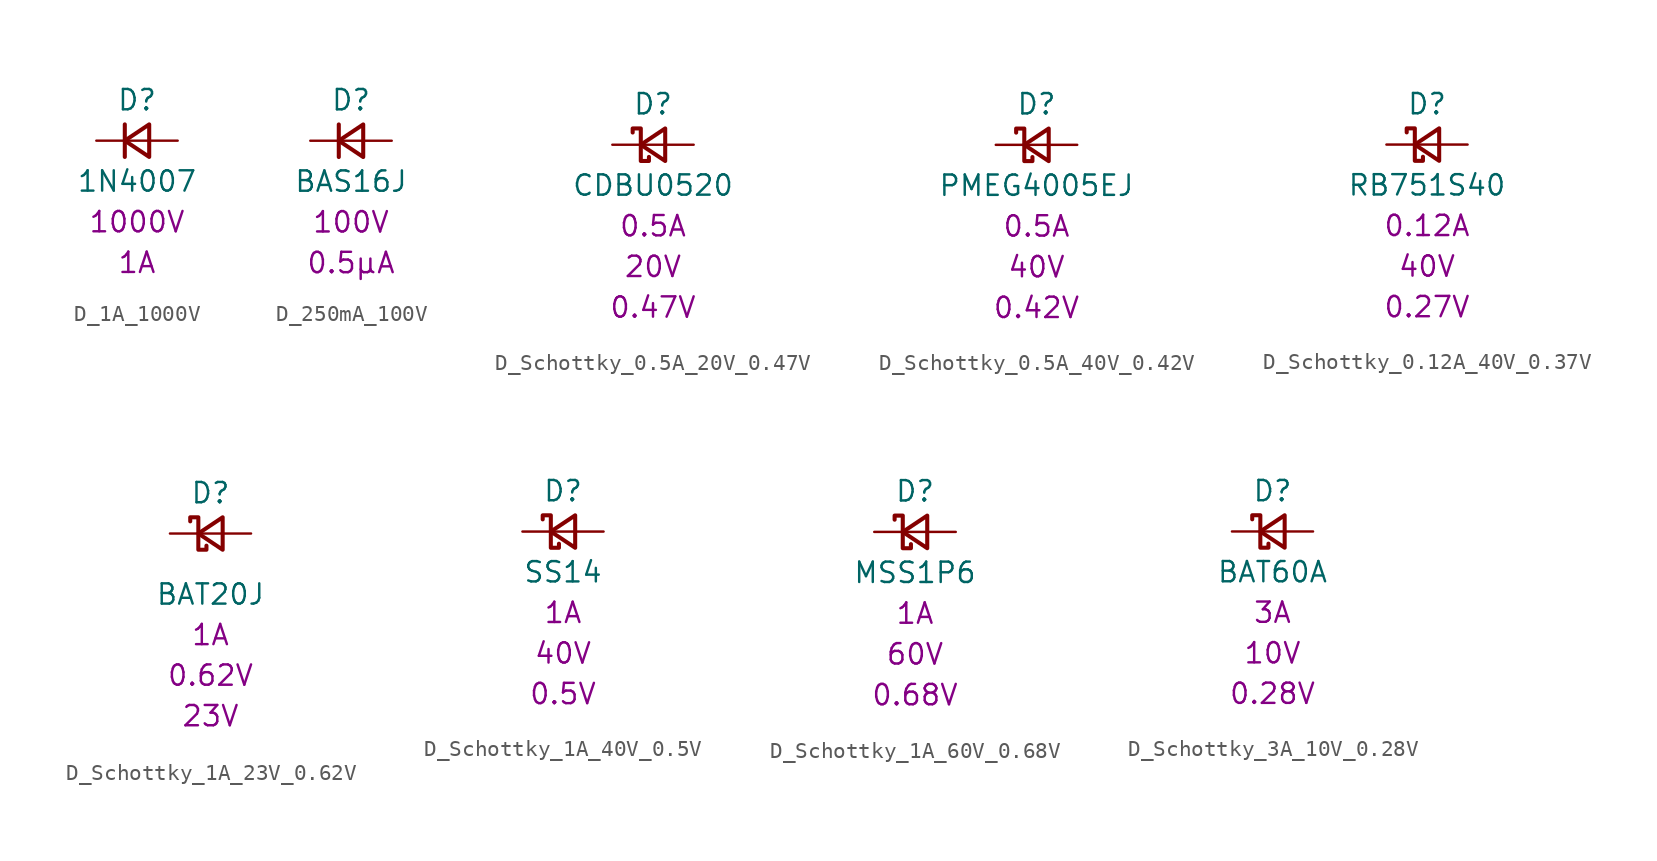
<source format=kicad_sym>
(kicad_symbol_lib
  (version 20231120)
  (generator "kicad_symbol_editor")
  (generator_version "8.0")
  (symbol "D_1A_1000V"
    (pin_numbers hide)
    (pin_names
      (offset 1.016) hide)
    (property "Reference" "D"
      (at 0 2.54 0)
      (effects (font (size 1.27 1.27))))
    (property "Value" "1N4007"
      (at 0 -2.54 0)
      (effects (font (size 1.27 1.27))))
    (property "VMax" "1000V"
      (at 0 -5.08 0)
      (effects (font (size 1.27 1.27))))
    (property "IMax" "1A"
      (at 0 -7.62 0)
      (effects (font (size 1.27 1.27))))
    (symbol "D_1A_1000V_0_1"
      (polyline (pts (xy -0.762 -1.016) (xy -0.762 1.016)) (stroke (width 0.254) (type default)) (fill (type none)))
      (polyline (pts (xy -0.762 0) (xy 0.762 0)) (stroke (width 0) (type default)) (fill (type none)))
      (polyline (pts (xy 0.762 -1.016) (xy -0.762 0) (xy 0.762 1.016) (xy 0.762 -1.016)) (stroke (width 0.254) (type default)) (fill (type none))))
    (symbol "D_1A_1000V_1_1"
      (pin passive line (at -2.54 0 0) (length 1.778) (name "K" (effects (font (size 1.27 1.27)))) (number "1" (effects (font (size 1.27 1.27)))))
      (pin passive line (at 2.54 0 180) (length 1.778) (name "A" (effects (font (size 1.27 1.27)))) (number "2" (effects (font (size 1.27 1.27)))))))
  (symbol "D_250mA_100V"
    (pin_numbers hide)
    (pin_names
      (offset 1.016) hide)
    (property "Reference" "D"
      (at 0 2.54 0)
      (effects (font (size 1.27 1.27))))
    (property "Value" "BAS16J"
      (at 0 -2.54 0)
      (effects (font (size 1.27 1.27))))
    (property "VMax" "100V"
      (at 0 -5.08 0)
      (effects (font (size 1.27 1.27))))
    (property "IRev" "0.5μA"
      (at 0 -7.62 0)
      (effects (font (size 1.27 1.27))))
    (symbol "D_250mA_100V_0_1"
      (polyline (pts (xy -0.762 -1.016) (xy -0.762 1.016)) (stroke (width 0.254) (type default)) (fill (type none)))
      (polyline (pts (xy -0.762 0) (xy 0.762 0)) (stroke (width 0) (type default)) (fill (type none)))
      (polyline (pts (xy 0.762 -1.016) (xy -0.762 0) (xy 0.762 1.016) (xy 0.762 -1.016)) (stroke (width 0.254) (type default)) (fill (type none))))
    (symbol "D_250mA_100V_1_1"
      (pin passive line (at -2.54 0 0) (length 1.778) (name "K" (effects (font (size 1.27 1.27)))) (number "1" (effects (font (size 1.27 1.27)))))
      (pin passive line (at 2.54 0 180) (length 1.778) (name "A" (effects (font (size 1.27 1.27)))) (number "2" (effects (font (size 1.27 1.27)))))))
  (symbol "D_Schottky_0.5A_20V_0.47V"
    (pin_numbers hide)
    (pin_names
      (offset 1.016) hide)
    (property "Reference" "D"
      (at 0 2.54 0)
      (effects (font (size 1.27 1.27))))
    (property "Value" "CDBU0520"
      (at 0 -2.54 0)
      (effects (font (size 1.27 1.27))))
    (property "IMax" "0.5A"
      (at 0 -5.08 0)
      (effects (font (size 1.27 1.27))))
    (property "VDrop" "0.47V"
      (at 0 -10.16 0)
      (effects (font (size 1.27 1.27))))
    (property "VMax" "20V"
      (at 0 -7.62 0)
      (effects (font (size 1.27 1.27))))
    (symbol "D_Schottky_0.5A_20V_0.47V_0_1"
      (polyline (pts (xy -0.762 0) (xy 0.762 0)) (stroke (width 0) (type default)) (fill (type none)))
      (polyline (pts (xy 0.762 -1.016) (xy -0.762 0) (xy 0.762 1.016) (xy 0.762 -1.016)) (stroke (width 0.254) (type default)) (fill (type none)))
      (polyline (pts (xy -1.27 0.762) (xy -1.27 1.016) (xy -0.762 1.016) (xy -0.762 -1.016) (xy -0.254 -1.016) (xy -0.254 -0.762)) (stroke (width 0.254) (type default)) (fill (type none))))
    (symbol "D_Schottky_0.5A_20V_0.47V_1_1"
      (pin passive line (at -2.54 0 0) (length 1.778) (name "K" (effects (font (size 1.27 1.27)))) (number "1" (effects (font (size 1.27 1.27)))))
      (pin passive line (at 2.54 0 180) (length 1.778) (name "A" (effects (font (size 1.27 1.27)))) (number "2" (effects (font (size 1.27 1.27)))))))
  (symbol "D_Schottky_0.5A_40V_0.42V"
    (pin_numbers hide)
    (pin_names
      (offset 1.016) hide)
    (property "Reference" "D"
      (at 0 2.54 0)
      (effects (font (size 1.27 1.27))))
    (property "Value" "PMEG4005EJ"
      (at 0 -2.54 0)
      (effects (font (size 1.27 1.27))))
    (property "IMax" "0.5A"
      (at 0 -5.08 0)
      (effects (font (size 1.27 1.27))))
    (property "VDrop" "0.42V"
      (at 0 -10.16 0)
      (effects (font (size 1.27 1.27))))
    (property "VMax" "40V"
      (at 0 -7.62 0)
      (effects (font (size 1.27 1.27))))
    (symbol "D_Schottky_0.5A_40V_0.42V_0_1"
      (polyline (pts (xy -0.762 0) (xy 0.762 0)) (stroke (width 0) (type default)) (fill (type none)))
      (polyline (pts (xy 0.762 -1.016) (xy -0.762 0) (xy 0.762 1.016) (xy 0.762 -1.016)) (stroke (width 0.254) (type default)) (fill (type none)))
      (polyline (pts (xy -1.27 0.762) (xy -1.27 1.016) (xy -0.762 1.016) (xy -0.762 -1.016) (xy -0.254 -1.016) (xy -0.254 -0.762)) (stroke (width 0.254) (type default)) (fill (type none))))
    (symbol "D_Schottky_0.5A_40V_0.42V_1_1"
      (pin passive line (at -2.54 0 0) (length 1.778) (name "K" (effects (font (size 1.27 1.27)))) (number "1" (effects (font (size 1.27 1.27)))))
      (pin passive line (at 2.54 0 180) (length 1.778) (name "A" (effects (font (size 1.27 1.27)))) (number "2" (effects (font (size 1.27 1.27)))))))
  (symbol "D_Schottky_0.12A_40V_0.37V"
    (pin_numbers hide)
    (pin_names
      (offset 1.016) hide)
    (property "Reference" "D"
      (at 0 2.54 0)
      (effects (font (size 1.27 1.27))))
    (property "Value" "RB751S40"
      (at 0 -2.54 0)
      (effects (font (size 1.27 1.27))))
    (property "IMax" "0.12A"
      (at 0 -5.08 0)
      (effects (font (size 1.27 1.27))))
    (property "VDrop" "0.27V"
      (at 0 -10.16 0)
      (effects (font (size 1.27 1.27))))
    (property "VMax" "40V"
      (at 0 -7.62 0)
      (effects (font (size 1.27 1.27))))
    (symbol "D_Schottky_0.12A_40V_0.37V_0_1"
      (polyline (pts (xy -0.762 0) (xy 0.762 0)) (stroke (width 0) (type default)) (fill (type none)))
      (polyline (pts (xy 0.762 -1.016) (xy -0.762 0) (xy 0.762 1.016) (xy 0.762 -1.016)) (stroke (width 0.254) (type default)) (fill (type none)))
      (polyline (pts (xy -1.27 0.762) (xy -1.27 1.016) (xy -0.762 1.016) (xy -0.762 -1.016) (xy -0.254 -1.016) (xy -0.254 -0.762)) (stroke (width 0.254) (type default)) (fill (type none))))
    (symbol "D_Schottky_0.12A_40V_0.37V_1_1"
      (pin passive line (at -2.54 0 0) (length 1.778) (name "K" (effects (font (size 1.27 1.27)))) (number "1" (effects (font (size 1.27 1.27)))))
      (pin passive line (at 2.54 0 180) (length 1.778) (name "A" (effects (font (size 1.27 1.27)))) (number "2" (effects (font (size 1.27 1.27)))))))
  (symbol "D_Schottky_1A_23V_0.62V"
    (pin_numbers hide)
    (pin_names
      (offset 1.016) hide)
    (property "Reference" "D"
      (at 0 2.54 0)
      (effects (font (size 1.27 1.27))))
    (property "Value" "BAT20J"
      (at 0 -3.81 0)
      (effects (font (size 1.27 1.27))))
    (property "IMax" "1A"
      (at 0 -6.35 0)
      (effects (font (size 1.27 1.27))))
    (property "VForward" "0.62V"
      (at 0 -8.89 0)
      (effects (font (size 1.27 1.27))))
    (property "VReverse" "23V"
      (at 0 -11.43 0)
      (effects (font (size 1.27 1.27))))
    (symbol "D_Schottky_1A_23V_0.62V_0_1"
      (polyline (pts (xy -0.762 0) (xy 0.762 0)) (stroke (width 0) (type default)) (fill (type none)))
      (polyline (pts (xy 0.762 -1.016) (xy -0.762 0) (xy 0.762 1.016) (xy 0.762 -1.016)) (stroke (width 0.254) (type default)) (fill (type none)))
      (polyline (pts (xy -1.27 0.762) (xy -1.27 1.016) (xy -0.762 1.016) (xy -0.762 -1.016) (xy -0.254 -1.016) (xy -0.254 -0.762)) (stroke (width 0.254) (type default)) (fill (type none))))
    (symbol "D_Schottky_1A_23V_0.62V_1_1"
      (pin passive line (at -2.54 0 0) (length 1.778) (name "K" (effects (font (size 1.27 1.27)))) (number "1" (effects (font (size 1.27 1.27)))))
      (pin passive line (at 2.54 0 180) (length 1.778) (name "A" (effects (font (size 1.27 1.27)))) (number "2" (effects (font (size 1.27 1.27)))))))
  (symbol "D_Schottky_1A_40V_0.5V"
    (pin_numbers hide)
    (pin_names
      (offset 1.016) hide)
    (property "Reference" "D"
      (at 0 2.54 0)
      (effects (font (size 1.27 1.27))))
    (property "Value" "SS14"
      (at 0 -2.54 0)
      (effects (font (size 1.27 1.27))))
    (property "IMax" "1A"
      (at 0 -5.08 0)
      (effects (font (size 1.27 1.27))))
    (property "VDrop" "0.5V"
      (at 0 -10.16 0)
      (effects (font (size 1.27 1.27))))
    (property "VMax" "40V"
      (at 0 -7.62 0)
      (effects (font (size 1.27 1.27))))
    (symbol "D_Schottky_1A_40V_0.5V_0_1"
      (polyline (pts (xy -0.762 0) (xy 0.762 0)) (stroke (width 0) (type default)) (fill (type none)))
      (polyline (pts (xy 0.762 -1.016) (xy -0.762 0) (xy 0.762 1.016) (xy 0.762 -1.016)) (stroke (width 0.254) (type default)) (fill (type none)))
      (polyline (pts (xy -1.27 0.762) (xy -1.27 1.016) (xy -0.762 1.016) (xy -0.762 -1.016) (xy -0.254 -1.016) (xy -0.254 -0.762)) (stroke (width 0.254) (type default)) (fill (type none))))
    (symbol "D_Schottky_1A_40V_0.5V_1_1"
      (pin passive line (at -2.54 0 0) (length 1.778) (name "K" (effects (font (size 1.27 1.27)))) (number "1" (effects (font (size 1.27 1.27)))))
      (pin passive line (at 2.54 0 180) (length 1.778) (name "A" (effects (font (size 1.27 1.27)))) (number "2" (effects (font (size 1.27 1.27)))))))
  (symbol "D_Schottky_1A_60V_0.68V"
    (pin_numbers hide)
    (pin_names
      (offset 1.016) hide)
    (property "Reference" "D"
      (at 0 2.54 0)
      (effects (font (size 1.27 1.27))))
    (property "Value" "MSS1P6"
      (at 0 -2.54 0)
      (effects (font (size 1.27 1.27))))
    (property "IMax" "1A"
      (at 0 -5.08 0)
      (effects (font (size 1.27 1.27))))
    (property "VDrop" "0.68V"
      (at 0 -10.16 0)
      (effects (font (size 1.27 1.27))))
    (property "VMax" "60V"
      (at 0 -7.62 0)
      (effects (font (size 1.27 1.27))))
    (symbol "D_Schottky_1A_60V_0.68V_0_1"
      (polyline (pts (xy -0.762 0) (xy 0.762 0)) (stroke (width 0) (type default)) (fill (type none)))
      (polyline (pts (xy 0.762 -1.016) (xy -0.762 0) (xy 0.762 1.016) (xy 0.762 -1.016)) (stroke (width 0.254) (type default)) (fill (type none)))
      (polyline (pts (xy -1.27 0.762) (xy -1.27 1.016) (xy -0.762 1.016) (xy -0.762 -1.016) (xy -0.254 -1.016) (xy -0.254 -0.762)) (stroke (width 0.254) (type default)) (fill (type none))))
    (symbol "D_Schottky_1A_60V_0.68V_1_1"
      (pin passive line (at -2.54 0 0) (length 1.778) (name "K" (effects (font (size 1.27 1.27)))) (number "1" (effects (font (size 1.27 1.27)))))
      (pin passive line (at 2.54 0 180) (length 1.778) (name "A" (effects (font (size 1.27 1.27)))) (number "2" (effects (font (size 1.27 1.27)))))))
  (symbol "D_Schottky_3A_10V_0.28V"
    (pin_numbers hide)
    (pin_names
      (offset 1.016) hide)
    (property "Reference" "D"
      (at 0 2.54 0)
      (effects (font (size 1.27 1.27))))
    (property "Value" "BAT60A"
      (at 0 -2.54 0)
      (effects (font (size 1.27 1.27))))
    (property "IMax" "3A"
      (at 0 -5.08 0)
      (effects (font (size 1.27 1.27))))
    (property "VDrop" "0.28V"
      (at 0 -10.16 0)
      (effects (font (size 1.27 1.27))))
    (property "VMax" "10V"
      (at 0 -7.62 0)
      (effects (font (size 1.27 1.27))))
    (symbol "D_Schottky_3A_10V_0.28V_0_1"
      (polyline (pts (xy -0.762 0) (xy 0.762 0)) (stroke (width 0) (type default)) (fill (type none)))
      (polyline (pts (xy 0.762 -1.016) (xy -0.762 0) (xy 0.762 1.016) (xy 0.762 -1.016)) (stroke (width 0.254) (type default)) (fill (type none)))
      (polyline (pts (xy -1.27 0.762) (xy -1.27 1.016) (xy -0.762 1.016) (xy -0.762 -1.016) (xy -0.254 -1.016) (xy -0.254 -0.762)) (stroke (width 0.254) (type default)) (fill (type none))))
    (symbol "D_Schottky_3A_10V_0.28V_1_1"
      (pin passive line (at -2.54 0 0) (length 1.778) (name "K" (effects (font (size 1.27 1.27)))) (number "1" (effects (font (size 1.27 1.27)))))
      (pin passive line (at 2.54 0 180) (length 1.778) (name "A" (effects (font (size 1.27 1.27)))) (number "2" (effects (font (size 1.27 1.27))))))))
</source>
